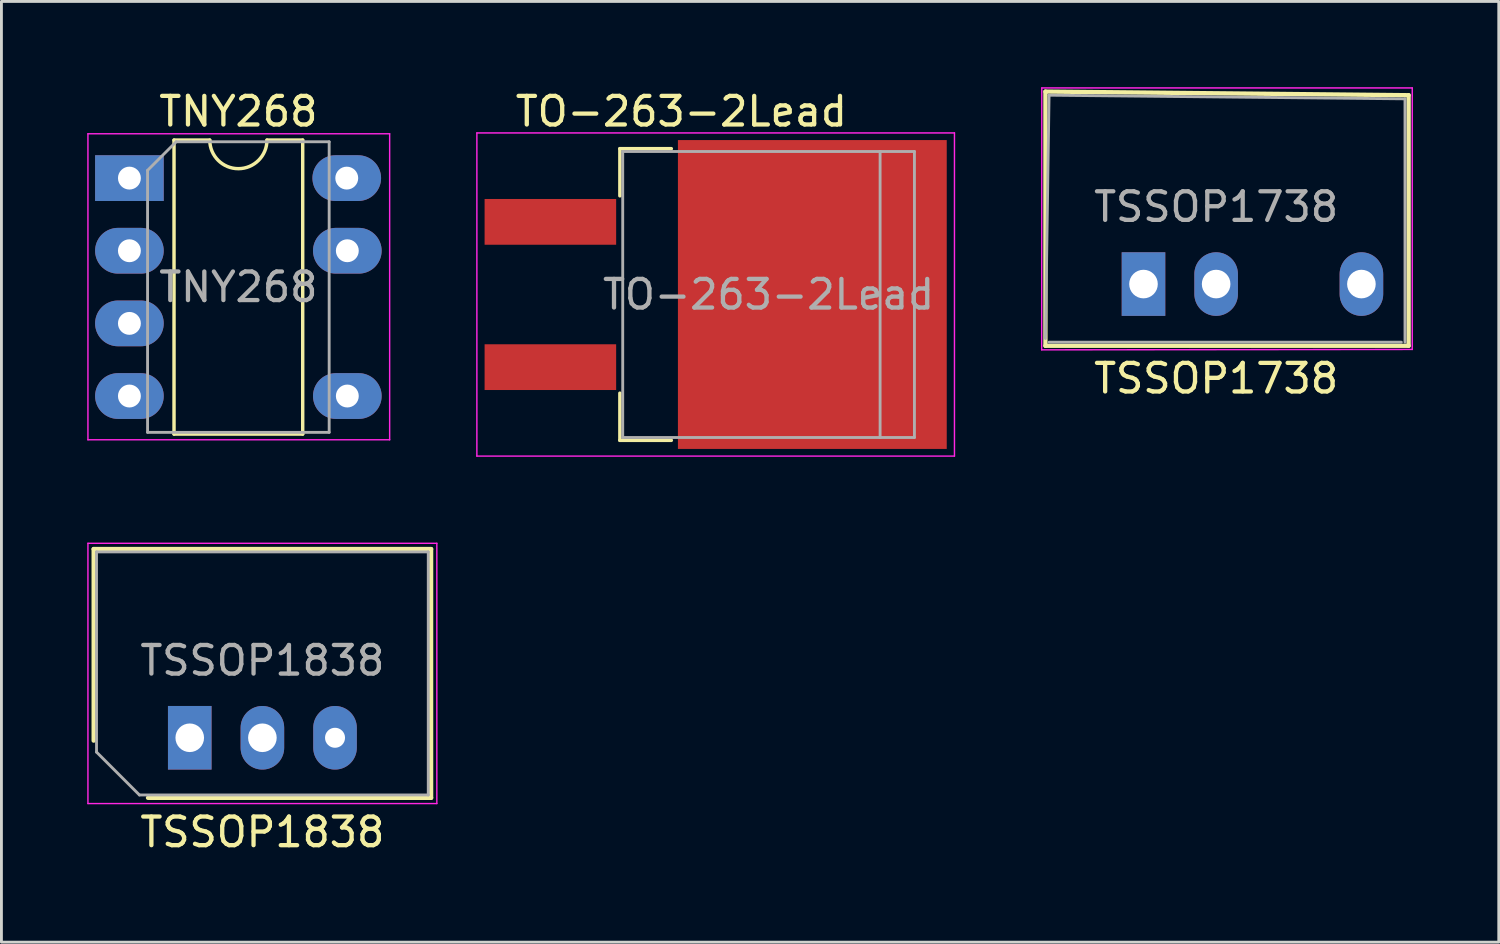
<source format=kicad_pcb>
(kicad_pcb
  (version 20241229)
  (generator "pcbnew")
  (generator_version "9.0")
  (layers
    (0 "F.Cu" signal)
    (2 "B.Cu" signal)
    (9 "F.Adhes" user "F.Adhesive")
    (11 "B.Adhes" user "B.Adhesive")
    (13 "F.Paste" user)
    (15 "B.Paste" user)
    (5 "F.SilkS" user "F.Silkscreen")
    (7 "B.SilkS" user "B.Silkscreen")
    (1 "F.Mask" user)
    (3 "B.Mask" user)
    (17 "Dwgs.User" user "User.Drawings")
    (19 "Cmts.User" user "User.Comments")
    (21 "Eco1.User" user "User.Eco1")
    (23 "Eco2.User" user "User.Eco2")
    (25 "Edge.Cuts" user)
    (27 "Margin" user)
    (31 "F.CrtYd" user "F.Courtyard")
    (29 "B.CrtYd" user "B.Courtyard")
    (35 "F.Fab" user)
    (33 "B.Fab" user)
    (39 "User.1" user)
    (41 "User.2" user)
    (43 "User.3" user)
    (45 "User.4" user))
  (footprint "TNY268"
    (layer "F.Cu")
    (at 1.475 3.178)
    (property "Reference" "TNY268" (at 3.81 -2.33 0) (layer "F.SilkS") (effects (font (size 1 1) (thickness 0.15))))
    (attr through_hole)
    (fp_line (start 1.56 -1.33) (end 1.56 8.95) (stroke (width 0.12) (type solid)) (layer "F.SilkS"))
    (fp_line (start 1.56 8.95) (end 6.06 8.95) (stroke (width 0.12) (type solid)) (layer "F.SilkS"))
    (fp_line (start 2.81 -1.33) (end 1.56 -1.33) (stroke (width 0.12) (type solid)) (layer "F.SilkS"))
    (fp_line (start 6.06 -1.33) (end 4.81 -1.33) (stroke (width 0.12) (type solid)) (layer "F.SilkS"))
    (fp_line (start 6.06 8.95) (end 6.06 -1.33) (stroke (width 0.12) (type solid)) (layer "F.SilkS"))
    (fp_arc (start 4.81 -1.33) (mid 3.81 -0.33) (end 2.81 -1.33) (stroke (width 0.12) (type solid)) (layer "F.SilkS"))
    (fp_line (start -1.45 -1.55) (end -1.45 9.15) (stroke (width 0.05) (type solid)) (layer "F.CrtYd"))
    (fp_line (start -1.45 9.15) (end 9.1 9.15) (stroke (width 0.05) (type solid)) (layer "F.CrtYd"))
    (fp_line (start 9.1 -1.55) (end -1.45 -1.55) (stroke (width 0.05) (type solid)) (layer "F.CrtYd"))
    (fp_line (start 9.1 9.15) (end 9.1 -1.55) (stroke (width 0.05) (type solid)) (layer "F.CrtYd"))
    (fp_line (start 0.635 -0.27) (end 1.635 -1.27) (stroke (width 0.1) (type solid)) (layer "F.Fab"))
    (fp_line (start 0.635 8.89) (end 0.635 -0.27) (stroke (width 0.1) (type solid)) (layer "F.Fab"))
    (fp_line (start 1.635 -1.27) (end 6.985 -1.27) (stroke (width 0.1) (type solid)) (layer "F.Fab"))
    (fp_line (start 6.985 -1.27) (end 6.985 8.89) (stroke (width 0.1) (type solid)) (layer "F.Fab"))
    (fp_line (start 6.985 8.89) (end 0.635 8.89) (stroke (width 0.1) (type solid)) (layer "F.Fab"))
    (fp_text user "${REFERENCE}" (at 3.81 3.81 0) (layer "F.Fab") (effects (font (size 1 1) (thickness 0.15))))
    (pad "1" thru_hole rect (at 0 0) (size 2.4 1.6) (drill 0.8) (layers "*.Cu" "*.Mask"))
    (pad "2" thru_hole oval (at 0 2.54) (size 2.4 1.6) (drill 0.8) (layers "*.Cu" "*.Mask"))
    (pad "2" thru_hole oval (at 0 5.08) (size 2.4 1.6) (drill 0.8) (layers "*.Cu" "*.Mask"))
    (pad "2" thru_hole oval (at 7.6 0) (size 2.4 1.6) (drill 0.8) (layers "*.Cu" "*.Mask"))
    (pad "2" thru_hole oval (at 7.62 2.54) (size 2.4 1.6) (drill 0.8) (layers "*.Cu" "*.Mask"))
    (pad "4" thru_hole oval (at 0 7.62) (size 2.4 1.6) (drill 0.8) (layers "*.Cu" "*.Mask"))
    (pad "5" thru_hole oval (at 7.62 7.62) (size 2.4 1.6) (drill 0.8) (layers "*.Cu" "*.Mask")))
  (footprint "TSSOP1838"
    (layer "F.Cu")
    (at 3.585 22.748)
    (property "Reference" "TSSOP1838" (at 2.54 3.3 180) (layer "F.SilkS") (effects (font (size 1 1) (thickness 0.15))))
    (attr through_hole)
    (fp_line (start -3.36 -6.6) (end 8.44 -6.6) (stroke (width 0.15) (type solid)) (layer "F.SilkS"))
    (fp_line (start -3.36 0.1) (end -3.36 -6.6) (stroke (width 0.15) (type solid)) (layer "F.SilkS"))
    (fp_line (start -1.46 2.1) (end 8.44 2.1) (stroke (width 0.15) (type solid)) (layer "F.SilkS"))
    (fp_line (start 8.44 -6.6) (end 8.44 2.1) (stroke (width 0.15) (type solid)) (layer "F.SilkS"))
    (fp_line (start -3.56 2.3) (end -3.56 -6.8) (stroke (width 0.05) (type solid)) (layer "F.CrtYd"))
    (fp_line (start 8.64 -6.8) (end -3.56 -6.8) (stroke (width 0.05) (type solid)) (layer "F.CrtYd"))
    (fp_line (start 8.64 2.3) (end -3.56 2.3) (stroke (width 0.05) (type solid)) (layer "F.CrtYd"))
    (fp_line (start 8.64 2.3) (end 8.64 -6.8) (stroke (width 0.05) (type solid)) (layer "F.CrtYd"))
    (fp_line (start -3.26 -6.5) (end -3.26 0.5) (stroke (width 0.1) (type solid)) (layer "F.Fab"))
    (fp_line (start -3.26 0.5) (end -1.76 2) (stroke (width 0.1) (type solid)) (layer "F.Fab"))
    (fp_line (start 8.34 -6.5) (end -3.26 -6.5) (stroke (width 0.1) (type solid)) (layer "F.Fab"))
    (fp_line (start 8.34 2) (end -1.76 2) (stroke (width 0.1) (type solid)) (layer "F.Fab"))
    (fp_line (start 8.34 2) (end 8.34 -6.5) (stroke (width 0.1) (type solid)) (layer "F.Fab"))
    (fp_text user "${REFERENCE}" (at 2.54 -2.7 180) (layer "F.Fab") (effects (font (size 1 1) (thickness 0.15))))
    (pad "1" thru_hole rect (at 0 0 270) (size 2.224 1.524) (drill 1) (layers "*.Cu" "*.Mask"))
    (pad "2" thru_hole oval (at 2.54 0 270) (size 2.224 1.524) (drill 1) (layers "*.Cu" "*.Mask"))
    (pad "3" thru_hole oval (at 5.08 0 270) (size 2.224 1.524) (drill 0.7) (layers "*.Cu" "*.Mask")))
  (footprint "TSSOP1738"
    (layer "F.Cu")
    (at 36.935 6.883)
    (property "Reference" "TSSOP1738" (at 2.54 3.3 180) (layer "F.SilkS") (effects (font (size 1 1) (thickness 0.15))))
    (attr through_hole)
    (fp_line (start -3.429 -6.731) (end 9.271 -6.604) (stroke (width 0.15) (type solid)) (layer "F.SilkS"))
    (fp_line (start -3.429 2.159) (end -3.429 -6.731) (stroke (width 0.15) (type solid)) (layer "F.SilkS"))
    (fp_line (start -3.429 2.159) (end 9.271 2.159) (stroke (width 0.15) (type solid)) (layer "F.SilkS"))
    (fp_line (start 9.271 -6.604) (end 9.271 2.159) (stroke (width 0.15) (type solid)) (layer "F.SilkS"))
    (fp_line (start -3.56 2.3) (end -3.556 -6.858) (stroke (width 0.05) (type solid)) (layer "F.CrtYd"))
    (fp_line (start 9.398 -6.858) (end -3.556 -6.858) (stroke (width 0.05) (type solid)) (layer "F.CrtYd"))
    (fp_line (start 9.398 2.286) (end -3.56 2.3) (stroke (width 0.05) (type solid)) (layer "F.CrtYd"))
    (fp_line (start 9.398 2.286) (end 9.398 -6.858) (stroke (width 0.05) (type solid)) (layer "F.CrtYd"))
    (fp_line (start -3.302 -6.604) (end -3.429 1.905) (stroke (width 0.1) (type solid)) (layer "F.Fab"))
    (fp_line (start 9.017 2.032) (end -3.302 2.032) (stroke (width 0.1) (type solid)) (layer "F.Fab"))
    (fp_line (start 9.144 -6.477) (end -3.302 -6.604) (stroke (width 0.1) (type solid)) (layer "F.Fab"))
    (fp_line (start 9.144 2.032) (end 9.144 -6.477) (stroke (width 0.1) (type solid)) (layer "F.Fab"))
    (fp_text user "${REFERENCE}" (at 2.54 -2.7 180) (layer "F.Fab") (effects (font (size 1 1) (thickness 0.15))))
    (pad "1" thru_hole rect (at 0 0 270) (size 2.224 1.524) (drill 1) (layers "*.Cu" "*.Mask"))
    (pad "2" thru_hole oval (at 2.54 0 180) (size 1.524 2.224) (drill 1) (layers "*.Cu" "*.Mask"))
    (pad "3" thru_hole oval (at 7.62 0) (size 1.524 2.224) (drill 1) (layers "*.Cu" "*.Mask")))
  (footprint "TO-263-2Lead"
    (layer "F.Cu")
    (at 20.775 7.248)
    (property "Reference" "TO-263-2Lead" (at 0 -6.4 180) (layer "F.SilkS") (effects (font (size 1 1) (thickness 0.15))))
    (attr smd)
    (fp_line (start -2.15 -5.1) (end -2.15 -3.45) (stroke (width 0.12) (type solid)) (layer "F.SilkS"))
    (fp_line (start -2.15 3.45) (end -2.15 5.1) (stroke (width 0.12) (type solid)) (layer "F.SilkS"))
    (fp_line (start -2.15 5.1) (end -0.35 5.1) (stroke (width 0.12) (type solid)) (layer "F.SilkS"))
    (fp_line (start -0.35 -5.1) (end -2.15 -5.1) (stroke (width 0.12) (type solid)) (layer "F.SilkS"))
    (fp_line (start -7.15 -5.65) (end -7.15 5.65) (stroke (width 0.05) (type solid)) (layer "F.CrtYd"))
    (fp_line (start 9.55 -5.65) (end -7.15 -5.65) (stroke (width 0.05) (type solid)) (layer "F.CrtYd"))
    (fp_line (start 9.55 -5.65) (end 9.55 5.65) (stroke (width 0.05) (type solid)) (layer "F.CrtYd"))
    (fp_line (start 9.55 5.65) (end -7.15 5.65) (stroke (width 0.05) (type solid)) (layer "F.CrtYd"))
    (fp_line (start -2.05 -5) (end -2.05 5) (stroke (width 0.1) (type solid)) (layer "F.Fab"))
    (fp_line (start -2.05 5) (end 6.95 5) (stroke (width 0.1) (type solid)) (layer "F.Fab"))
    (fp_line (start 6.95 -5) (end -2.05 -5) (stroke (width 0.1) (type solid)) (layer "F.Fab"))
    (fp_line (start 6.95 5) (end 6.95 -5) (stroke (width 0.1) (type solid)) (layer "F.Fab"))
    (fp_line (start 6.95 5) (end 8.15 5) (stroke (width 0.1) (type solid)) (layer "F.Fab"))
    (fp_line (start 8.15 -5) (end 6.95 -5) (stroke (width 0.1) (type solid)) (layer "F.Fab"))
    (fp_line (start 8.15 5) (end 8.15 -5) (stroke (width 0.1) (type solid)) (layer "F.Fab"))
    (fp_text user "${REFERENCE}" (at 3.05 0 0) (layer "F.Fab") (effects (font (size 1 1) (thickness 0.15))))
    (pad "1" smd rect (at -4.58 -2.54) (size 4.6 1.6) (layers "F.Cu" "F.Mask" "F.Paste"))
    (pad "2" smd rect (at 4.58 0) (size 9.4 10.8) (layers "F.Cu" "F.Mask" "F.Paste"))
    (pad "3" smd rect (at -4.58 2.54) (size 4.6 1.6) (layers "F.Cu" "F.Mask" "F.Paste")))
  (gr_rect
    (start -3 -3)
    (end 49.358 29.896)
    (stroke (width 0.1) (type default))
    (fill no)
    (layer "Edge.Cuts")))
</source>
